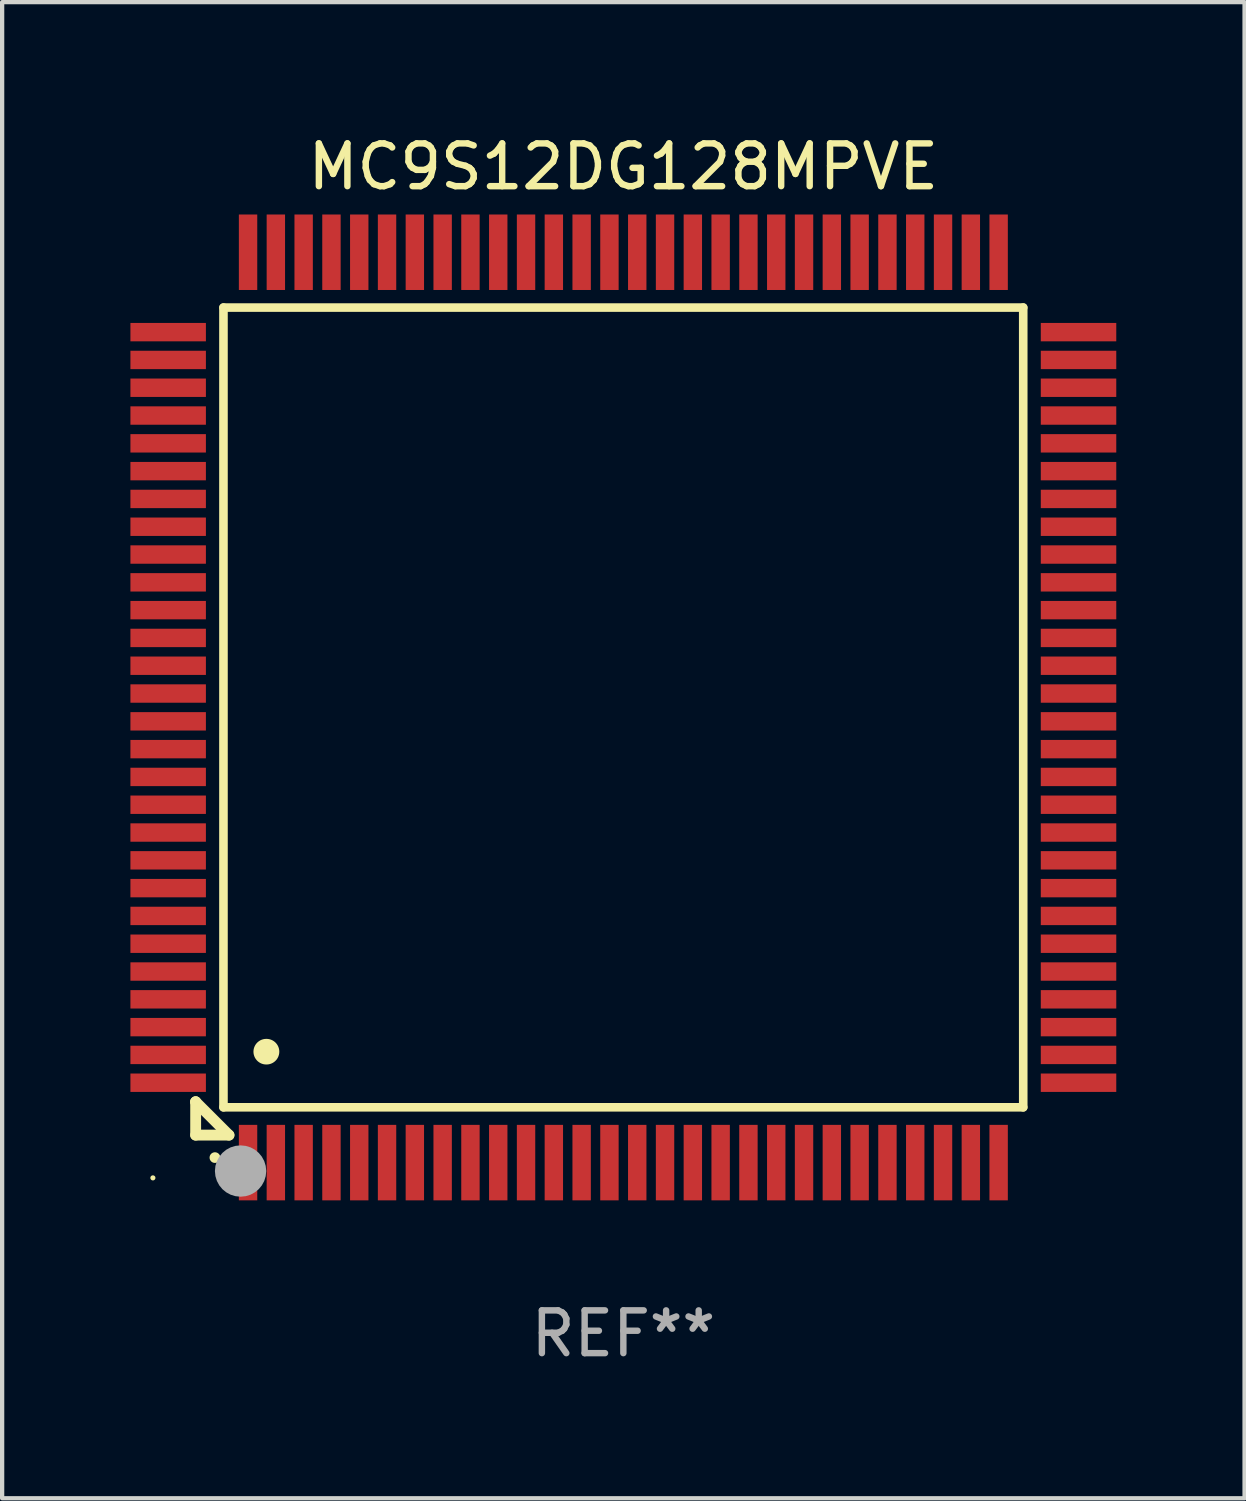
<source format=kicad_pcb>
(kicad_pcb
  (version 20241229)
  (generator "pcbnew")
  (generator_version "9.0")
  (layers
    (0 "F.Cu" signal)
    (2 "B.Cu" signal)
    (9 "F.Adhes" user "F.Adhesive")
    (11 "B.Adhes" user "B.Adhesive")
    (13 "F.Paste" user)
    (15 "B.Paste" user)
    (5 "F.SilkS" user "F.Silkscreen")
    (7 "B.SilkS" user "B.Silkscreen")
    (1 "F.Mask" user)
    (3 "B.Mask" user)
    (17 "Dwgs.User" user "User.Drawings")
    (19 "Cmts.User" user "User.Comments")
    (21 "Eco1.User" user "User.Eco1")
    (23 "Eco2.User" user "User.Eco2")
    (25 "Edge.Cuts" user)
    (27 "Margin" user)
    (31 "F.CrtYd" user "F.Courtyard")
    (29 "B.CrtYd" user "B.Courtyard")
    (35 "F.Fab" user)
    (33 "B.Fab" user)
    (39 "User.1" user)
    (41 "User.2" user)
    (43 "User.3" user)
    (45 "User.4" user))
  (footprint "MC9S12DG128MPVE"
    (layer "F.Cu")
    (at 11.525 13.491)
    (property "Reference" "MC9S12DG128MPVE" (at 0 -12.643 0) (layer "F.SilkS") (effects (font (size 1 1) (thickness 0.15))))
    (attr through_hole)
    (fp_line (start -10 9.221) (end -10 9.221) (stroke (width 0.254) (type solid)) (layer "F.SilkS"))
    (fp_line (start -10 9.221) (end -10 10) (stroke (width 0.254) (type solid)) (layer "F.SilkS"))
    (fp_line (start -10 9.221) (end -9.221 10) (stroke (width 0.254) (type solid)) (layer "F.SilkS"))
    (fp_line (start -10 10) (end -9.221 10) (stroke (width 0.254) (type solid)) (layer "F.SilkS"))
    (fp_line (start -9.35 -9.35) (end -9.35 9.35) (stroke (width 0.201) (type solid)) (layer "F.SilkS"))
    (fp_line (start -9.35 9.35) (end 9.35 9.35) (stroke (width 0.201) (type solid)) (layer "F.SilkS"))
    (fp_line (start 9.35 -9.35) (end -9.35 -9.35) (stroke (width 0.201) (type solid)) (layer "F.SilkS"))
    (fp_line (start 9.35 9.35) (end 9.35 -9.35) (stroke (width 0.201) (type solid)) (layer "F.SilkS"))
    (fp_arc (start -9.550546 10.525832) (mid -9.549276 10.525826) (end -9.548006 10.525832) (stroke (width 0.24892) (type solid)) (layer "F.SilkS"))
    (fp_arc (start -8.349124 8.049327) (mid -8.346584 8.049316) (end -8.344044 8.049327) (stroke (width 0.599441) (type solid)) (layer "F.SilkS"))
    (fp_circle (center -11 11) (end -10.97 11) (stroke (width 0.06) (type solid)) (fill no) (layer "F.SilkS"))
    (fp_circle (center -8.95 10.84) (end -8.65 10.84) (stroke (width 0.6) (type solid)) (fill no) (layer "F.Fab"))
    (fp_text user "REF**" (at 0 14.643 0) (layer "F.Fab") (effects (font (size 1 1) (thickness 0.15))))
    (pad "1" smd rect (at -8.775 10.643) (size 0.43 1.765) (layers "F.Cu" "F.Mask" "F.Paste"))
    (pad "2" smd rect (at -8.125 10.643) (size 0.43 1.765) (layers "F.Cu" "F.Mask" "F.Paste"))
    (pad "3" smd rect (at -7.475 10.643) (size 0.43 1.765) (layers "F.Cu" "F.Mask" "F.Paste"))
    (pad "4" smd rect (at -6.825 10.643) (size 0.43 1.765) (layers "F.Cu" "F.Mask" "F.Paste"))
    (pad "5" smd rect (at -6.175 10.643) (size 0.43 1.765) (layers "F.Cu" "F.Mask" "F.Paste"))
    (pad "6" smd rect (at -5.525 10.643) (size 0.43 1.765) (layers "F.Cu" "F.Mask" "F.Paste"))
    (pad "7" smd rect (at -4.875 10.643) (size 0.43 1.765) (layers "F.Cu" "F.Mask" "F.Paste"))
    (pad "8" smd rect (at -4.225 10.643) (size 0.43 1.765) (layers "F.Cu" "F.Mask" "F.Paste"))
    (pad "9" smd rect (at -3.575 10.643) (size 0.43 1.765) (layers "F.Cu" "F.Mask" "F.Paste"))
    (pad "10" smd rect (at -2.925 10.643) (size 0.43 1.765) (layers "F.Cu" "F.Mask" "F.Paste"))
    (pad "11" smd rect (at -2.275 10.643) (size 0.43 1.765) (layers "F.Cu" "F.Mask" "F.Paste"))
    (pad "12" smd rect (at -1.625 10.643) (size 0.43 1.765) (layers "F.Cu" "F.Mask" "F.Paste"))
    (pad "13" smd rect (at -0.975 10.643) (size 0.43 1.765) (layers "F.Cu" "F.Mask" "F.Paste"))
    (pad "14" smd rect (at -0.325 10.643) (size 0.43 1.765) (layers "F.Cu" "F.Mask" "F.Paste"))
    (pad "15" smd rect (at 0.325 10.643) (size 0.43 1.765) (layers "F.Cu" "F.Mask" "F.Paste"))
    (pad "16" smd rect (at 0.975 10.643) (size 0.43 1.765) (layers "F.Cu" "F.Mask" "F.Paste"))
    (pad "17" smd rect (at 1.625 10.643) (size 0.43 1.765) (layers "F.Cu" "F.Mask" "F.Paste"))
    (pad "18" smd rect (at 2.275 10.643) (size 0.43 1.765) (layers "F.Cu" "F.Mask" "F.Paste"))
    (pad "19" smd rect (at 2.925 10.643) (size 0.43 1.765) (layers "F.Cu" "F.Mask" "F.Paste"))
    (pad "20" smd rect (at 3.575 10.643) (size 0.43 1.765) (layers "F.Cu" "F.Mask" "F.Paste"))
    (pad "21" smd rect (at 4.225 10.643) (size 0.43 1.765) (layers "F.Cu" "F.Mask" "F.Paste"))
    (pad "22" smd rect (at 4.875 10.643) (size 0.43 1.765) (layers "F.Cu" "F.Mask" "F.Paste"))
    (pad "23" smd rect (at 5.525 10.643) (size 0.43 1.765) (layers "F.Cu" "F.Mask" "F.Paste"))
    (pad "24" smd rect (at 6.175 10.643) (size 0.43 1.765) (layers "F.Cu" "F.Mask" "F.Paste"))
    (pad "25" smd rect (at 6.825 10.643) (size 0.43 1.765) (layers "F.Cu" "F.Mask" "F.Paste"))
    (pad "26" smd rect (at 7.475 10.643) (size 0.43 1.765) (layers "F.Cu" "F.Mask" "F.Paste"))
    (pad "27" smd rect (at 8.125 10.643) (size 0.43 1.765) (layers "F.Cu" "F.Mask" "F.Paste"))
    (pad "28" smd rect (at 8.775 10.643) (size 0.43 1.765) (layers "F.Cu" "F.Mask" "F.Paste"))
    (pad "29" smd rect (at 10.643 8.775) (size 1.765 0.43) (layers "F.Cu" "F.Mask" "F.Paste"))
    (pad "30" smd rect (at 10.643 8.125) (size 1.765 0.43) (layers "F.Cu" "F.Mask" "F.Paste"))
    (pad "31" smd rect (at 10.643 7.475) (size 1.765 0.43) (layers "F.Cu" "F.Mask" "F.Paste"))
    (pad "32" smd rect (at 10.643 6.825) (size 1.765 0.43) (layers "F.Cu" "F.Mask" "F.Paste"))
    (pad "33" smd rect (at 10.643 6.175) (size 1.765 0.43) (layers "F.Cu" "F.Mask" "F.Paste"))
    (pad "34" smd rect (at 10.643 5.525) (size 1.765 0.43) (layers "F.Cu" "F.Mask" "F.Paste"))
    (pad "35" smd rect (at 10.643 4.875) (size 1.765 0.43) (layers "F.Cu" "F.Mask" "F.Paste"))
    (pad "36" smd rect (at 10.643 4.225) (size 1.765 0.43) (layers "F.Cu" "F.Mask" "F.Paste"))
    (pad "37" smd rect (at 10.643 3.575) (size 1.765 0.43) (layers "F.Cu" "F.Mask" "F.Paste"))
    (pad "38" smd rect (at 10.643 2.925) (size 1.765 0.43) (layers "F.Cu" "F.Mask" "F.Paste"))
    (pad "39" smd rect (at 10.643 2.275) (size 1.765 0.43) (layers "F.Cu" "F.Mask" "F.Paste"))
    (pad "40" smd rect (at 10.643 1.625) (size 1.765 0.43) (layers "F.Cu" "F.Mask" "F.Paste"))
    (pad "41" smd rect (at 10.643 0.975) (size 1.765 0.43) (layers "F.Cu" "F.Mask" "F.Paste"))
    (pad "42" smd rect (at 10.643 0.325) (size 1.765 0.43) (layers "F.Cu" "F.Mask" "F.Paste"))
    (pad "43" smd rect (at 10.643 -0.325) (size 1.765 0.43) (layers "F.Cu" "F.Mask" "F.Paste"))
    (pad "44" smd rect (at 10.643 -0.975) (size 1.765 0.43) (layers "F.Cu" "F.Mask" "F.Paste"))
    (pad "45" smd rect (at 10.643 -1.625) (size 1.765 0.43) (layers "F.Cu" "F.Mask" "F.Paste"))
    (pad "46" smd rect (at 10.643 -2.275) (size 1.765 0.43) (layers "F.Cu" "F.Mask" "F.Paste"))
    (pad "47" smd rect (at 10.643 -2.925) (size 1.765 0.43) (layers "F.Cu" "F.Mask" "F.Paste"))
    (pad "48" smd rect (at 10.643 -3.575) (size 1.765 0.43) (layers "F.Cu" "F.Mask" "F.Paste"))
    (pad "49" smd rect (at 10.643 -4.225) (size 1.765 0.43) (layers "F.Cu" "F.Mask" "F.Paste"))
    (pad "50" smd rect (at 10.643 -4.875) (size 1.765 0.43) (layers "F.Cu" "F.Mask" "F.Paste"))
    (pad "51" smd rect (at 10.643 -5.525) (size 1.765 0.43) (layers "F.Cu" "F.Mask" "F.Paste"))
    (pad "52" smd rect (at 10.643 -6.175) (size 1.765 0.43) (layers "F.Cu" "F.Mask" "F.Paste"))
    (pad "53" smd rect (at 10.643 -6.825) (size 1.765 0.43) (layers "F.Cu" "F.Mask" "F.Paste"))
    (pad "54" smd rect (at 10.643 -7.475) (size 1.765 0.43) (layers "F.Cu" "F.Mask" "F.Paste"))
    (pad "55" smd rect (at 10.643 -8.125) (size 1.765 0.43) (layers "F.Cu" "F.Mask" "F.Paste"))
    (pad "56" smd rect (at 10.643 -8.775) (size 1.765 0.43) (layers "F.Cu" "F.Mask" "F.Paste"))
    (pad "57" smd rect (at 8.775 -10.643) (size 0.43 1.765) (layers "F.Cu" "F.Mask" "F.Paste"))
    (pad "58" smd rect (at 8.125 -10.643) (size 0.43 1.765) (layers "F.Cu" "F.Mask" "F.Paste"))
    (pad "59" smd rect (at 7.475 -10.643) (size 0.43 1.765) (layers "F.Cu" "F.Mask" "F.Paste"))
    (pad "60" smd rect (at 6.825 -10.643) (size 0.43 1.765) (layers "F.Cu" "F.Mask" "F.Paste"))
    (pad "61" smd rect (at 6.175 -10.643) (size 0.43 1.765) (layers "F.Cu" "F.Mask" "F.Paste"))
    (pad "62" smd rect (at 5.525 -10.643) (size 0.43 1.765) (layers "F.Cu" "F.Mask" "F.Paste"))
    (pad "63" smd rect (at 4.875 -10.643) (size 0.43 1.765) (layers "F.Cu" "F.Mask" "F.Paste"))
    (pad "64" smd rect (at 4.225 -10.643) (size 0.43 1.765) (layers "F.Cu" "F.Mask" "F.Paste"))
    (pad "65" smd rect (at 3.575 -10.643) (size 0.43 1.765) (layers "F.Cu" "F.Mask" "F.Paste"))
    (pad "66" smd rect (at 2.925 -10.643) (size 0.43 1.765) (layers "F.Cu" "F.Mask" "F.Paste"))
    (pad "67" smd rect (at 2.275 -10.643) (size 0.43 1.765) (layers "F.Cu" "F.Mask" "F.Paste"))
    (pad "68" smd rect (at 1.625 -10.643) (size 0.43 1.765) (layers "F.Cu" "F.Mask" "F.Paste"))
    (pad "69" smd rect (at 0.975 -10.643) (size 0.43 1.765) (layers "F.Cu" "F.Mask" "F.Paste"))
    (pad "70" smd rect (at 0.325 -10.643) (size 0.43 1.765) (layers "F.Cu" "F.Mask" "F.Paste"))
    (pad "71" smd rect (at -0.325 -10.643) (size 0.43 1.765) (layers "F.Cu" "F.Mask" "F.Paste"))
    (pad "72" smd rect (at -0.975 -10.643) (size 0.43 1.765) (layers "F.Cu" "F.Mask" "F.Paste"))
    (pad "73" smd rect (at -1.625 -10.643) (size 0.43 1.765) (layers "F.Cu" "F.Mask" "F.Paste"))
    (pad "74" smd rect (at -2.275 -10.643) (size 0.43 1.765) (layers "F.Cu" "F.Mask" "F.Paste"))
    (pad "75" smd rect (at -2.925 -10.643) (size 0.43 1.765) (layers "F.Cu" "F.Mask" "F.Paste"))
    (pad "76" smd rect (at -3.575 -10.643) (size 0.43 1.765) (layers "F.Cu" "F.Mask" "F.Paste"))
    (pad "77" smd rect (at -4.225 -10.643) (size 0.43 1.765) (layers "F.Cu" "F.Mask" "F.Paste"))
    (pad "78" smd rect (at -4.875 -10.643) (size 0.43 1.765) (layers "F.Cu" "F.Mask" "F.Paste"))
    (pad "79" smd rect (at -5.525 -10.643) (size 0.43 1.765) (layers "F.Cu" "F.Mask" "F.Paste"))
    (pad "80" smd rect (at -6.175 -10.643) (size 0.43 1.765) (layers "F.Cu" "F.Mask" "F.Paste"))
    (pad "81" smd rect (at -6.825 -10.643) (size 0.43 1.765) (layers "F.Cu" "F.Mask" "F.Paste"))
    (pad "82" smd rect (at -7.475 -10.643) (size 0.43 1.765) (layers "F.Cu" "F.Mask" "F.Paste"))
    (pad "83" smd rect (at -8.125 -10.643) (size 0.43 1.765) (layers "F.Cu" "F.Mask" "F.Paste"))
    (pad "84" smd rect (at -8.775 -10.643) (size 0.43 1.765) (layers "F.Cu" "F.Mask" "F.Paste"))
    (pad "85" smd rect (at -10.643 -8.775) (size 1.765 0.43) (layers "F.Cu" "F.Mask" "F.Paste"))
    (pad "86" smd rect (at -10.643 -8.125) (size 1.765 0.43) (layers "F.Cu" "F.Mask" "F.Paste"))
    (pad "87" smd rect (at -10.643 -7.475) (size 1.765 0.43) (layers "F.Cu" "F.Mask" "F.Paste"))
    (pad "88" smd rect (at -10.643 -6.825) (size 1.765 0.43) (layers "F.Cu" "F.Mask" "F.Paste"))
    (pad "89" smd rect (at -10.643 -6.175) (size 1.765 0.43) (layers "F.Cu" "F.Mask" "F.Paste"))
    (pad "90" smd rect (at -10.643 -5.525) (size 1.765 0.43) (layers "F.Cu" "F.Mask" "F.Paste"))
    (pad "91" smd rect (at -10.643 -4.875) (size 1.765 0.43) (layers "F.Cu" "F.Mask" "F.Paste"))
    (pad "92" smd rect (at -10.643 -4.225) (size 1.765 0.43) (layers "F.Cu" "F.Mask" "F.Paste"))
    (pad "93" smd rect (at -10.643 -3.575) (size 1.765 0.43) (layers "F.Cu" "F.Mask" "F.Paste"))
    (pad "94" smd rect (at -10.643 -2.925) (size 1.765 0.43) (layers "F.Cu" "F.Mask" "F.Paste"))
    (pad "95" smd rect (at -10.643 -2.275) (size 1.765 0.43) (layers "F.Cu" "F.Mask" "F.Paste"))
    (pad "96" smd rect (at -10.643 -1.625) (size 1.765 0.43) (layers "F.Cu" "F.Mask" "F.Paste"))
    (pad "97" smd rect (at -10.643 -0.975) (size 1.765 0.43) (layers "F.Cu" "F.Mask" "F.Paste"))
    (pad "98" smd rect (at -10.643 -0.325) (size 1.765 0.43) (layers "F.Cu" "F.Mask" "F.Paste"))
    (pad "99" smd rect (at -10.643 0.325) (size 1.765 0.43) (layers "F.Cu" "F.Mask" "F.Paste"))
    (pad "100" smd rect (at -10.643 0.975) (size 1.765 0.43) (layers "F.Cu" "F.Mask" "F.Paste"))
    (pad "101" smd rect (at -10.643 1.625) (size 1.765 0.43) (layers "F.Cu" "F.Mask" "F.Paste"))
    (pad "102" smd rect (at -10.643 2.275) (size 1.765 0.43) (layers "F.Cu" "F.Mask" "F.Paste"))
    (pad "103" smd rect (at -10.643 2.925) (size 1.765 0.43) (layers "F.Cu" "F.Mask" "F.Paste"))
    (pad "104" smd rect (at -10.643 3.575) (size 1.765 0.43) (layers "F.Cu" "F.Mask" "F.Paste"))
    (pad "105" smd rect (at -10.643 4.225) (size 1.765 0.43) (layers "F.Cu" "F.Mask" "F.Paste"))
    (pad "106" smd rect (at -10.643 4.875) (size 1.765 0.43) (layers "F.Cu" "F.Mask" "F.Paste"))
    (pad "107" smd rect (at -10.643 5.525) (size 1.765 0.43) (layers "F.Cu" "F.Mask" "F.Paste"))
    (pad "108" smd rect (at -10.643 6.175) (size 1.765 0.43) (layers "F.Cu" "F.Mask" "F.Paste"))
    (pad "109" smd rect (at -10.643 6.825) (size 1.765 0.43) (layers "F.Cu" "F.Mask" "F.Paste"))
    (pad "110" smd rect (at -10.643 7.475) (size 1.765 0.43) (layers "F.Cu" "F.Mask" "F.Paste"))
    (pad "111" smd rect (at -10.643 8.125) (size 1.765 0.43) (layers "F.Cu" "F.Mask" "F.Paste"))
    (pad "112" smd rect (at -10.643 8.775) (size 1.765 0.43) (layers "F.Cu" "F.Mask" "F.Paste")))
  (gr_rect
    (start -3 -3)
    (end 26.05 31.982)
    (stroke (width 0.1) (type default))
    (fill no)
    (layer "Edge.Cuts")))
</source>
